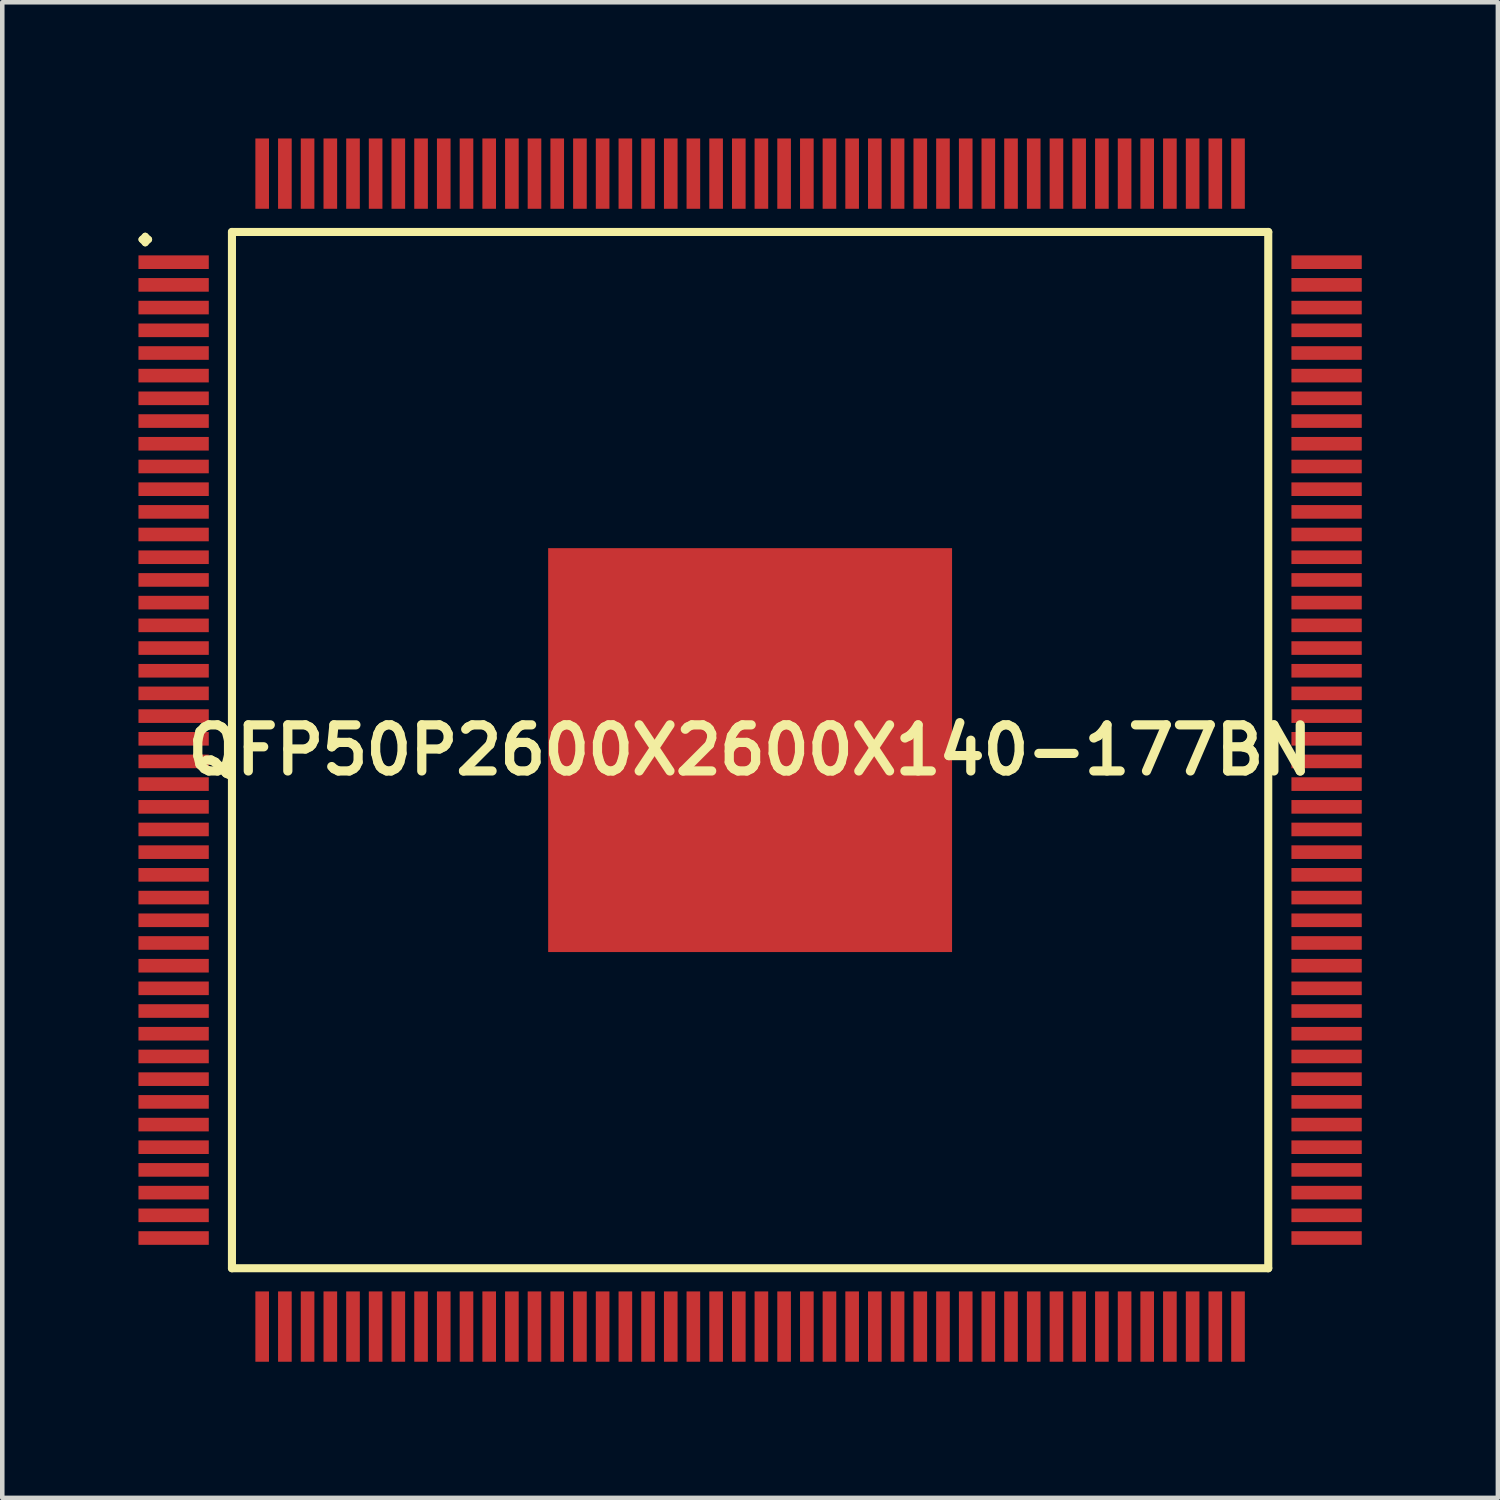
<source format=kicad_pcb>
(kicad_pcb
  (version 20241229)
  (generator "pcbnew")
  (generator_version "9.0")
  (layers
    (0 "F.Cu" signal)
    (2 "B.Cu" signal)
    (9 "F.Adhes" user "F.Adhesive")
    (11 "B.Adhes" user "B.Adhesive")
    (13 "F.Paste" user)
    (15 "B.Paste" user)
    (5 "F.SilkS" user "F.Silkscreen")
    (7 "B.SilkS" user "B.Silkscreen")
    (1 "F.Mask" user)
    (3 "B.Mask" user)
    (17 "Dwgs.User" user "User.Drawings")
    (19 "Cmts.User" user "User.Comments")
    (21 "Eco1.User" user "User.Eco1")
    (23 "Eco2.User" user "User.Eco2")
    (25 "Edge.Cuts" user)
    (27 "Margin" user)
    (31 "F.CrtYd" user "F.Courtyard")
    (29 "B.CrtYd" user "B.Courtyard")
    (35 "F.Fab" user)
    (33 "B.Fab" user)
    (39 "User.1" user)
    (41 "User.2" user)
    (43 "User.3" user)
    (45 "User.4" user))
  (footprint "QFP50P2600X2600X140-177BN"
    (layer "F.Cu")
    (at 13.475 13.475)
    (property "Reference" "QFP50P2600X2600X140-177BN" (at 0 0 0) (layer "F.SilkS") (effects (font (size 1.016 1.016) (thickness 0.203))))
    (attr smd)
    (fp_line (start -13.399 -11.25) (end -13.325 -11.323) (stroke (width 0.15) (type solid)) (layer "F.SilkS"))
    (fp_line (start -13.325 -11.323) (end -13.249 -11.25) (stroke (width 0.15) (type solid)) (layer "F.SilkS"))
    (fp_line (start -13.325 -11.173) (end -13.399 -11.25) (stroke (width 0.15) (type solid)) (layer "F.SilkS"))
    (fp_line (start -13.249 -11.25) (end -13.325 -11.173) (stroke (width 0.15) (type solid)) (layer "F.SilkS"))
    (fp_line (start -11.415 -11.415) (end -11.415 11.415) (stroke (width 0.178) (type solid)) (layer "F.SilkS"))
    (fp_line (start -11.415 11.415) (end 11.415 11.415) (stroke (width 0.178) (type solid)) (layer "F.SilkS"))
    (fp_line (start 11.415 -11.415) (end -11.415 -11.415) (stroke (width 0.178) (type solid)) (layer "F.SilkS"))
    (fp_line (start 11.415 11.415) (end 11.415 -11.415) (stroke (width 0.178) (type solid)) (layer "F.SilkS"))
    (pad "1" smd rect (at -12.7 -10.749) (size 1.549 0.3) (layers "F.Cu" "F.Mask" "F.Paste"))
    (pad "2" smd rect (at -12.7 -10.249) (size 1.549 0.3) (layers "F.Cu" "F.Mask" "F.Paste"))
    (pad "3" smd rect (at -12.7 -9.749) (size 1.549 0.3) (layers "F.Cu" "F.Mask" "F.Paste"))
    (pad "4" smd rect (at -12.7 -9.248) (size 1.549 0.3) (layers "F.Cu" "F.Mask" "F.Paste"))
    (pad "5" smd rect (at -12.7 -8.748) (size 1.549 0.3) (layers "F.Cu" "F.Mask" "F.Paste"))
    (pad "6" smd rect (at -12.7 -8.25) (size 1.549 0.3) (layers "F.Cu" "F.Mask" "F.Paste"))
    (pad "7" smd rect (at -12.7 -7.75) (size 1.549 0.3) (layers "F.Cu" "F.Mask" "F.Paste"))
    (pad "8" smd rect (at -12.7 -7.249) (size 1.549 0.3) (layers "F.Cu" "F.Mask" "F.Paste"))
    (pad "9" smd rect (at -12.7 -6.749) (size 1.549 0.3) (layers "F.Cu" "F.Mask" "F.Paste"))
    (pad "10" smd rect (at -12.7 -6.248) (size 1.549 0.3) (layers "F.Cu" "F.Mask" "F.Paste"))
    (pad "11" smd rect (at -12.7 -5.748) (size 1.549 0.3) (layers "F.Cu" "F.Mask" "F.Paste"))
    (pad "12" smd rect (at -12.7 -5.248) (size 1.549 0.3) (layers "F.Cu" "F.Mask" "F.Paste"))
    (pad "13" smd rect (at -12.7 -4.75) (size 1.549 0.3) (layers "F.Cu" "F.Mask" "F.Paste"))
    (pad "14" smd rect (at -12.7 -4.249) (size 1.549 0.3) (layers "F.Cu" "F.Mask" "F.Paste"))
    (pad "15" smd rect (at -12.7 -3.749) (size 1.549 0.3) (layers "F.Cu" "F.Mask" "F.Paste"))
    (pad "16" smd rect (at -12.7 -3.249) (size 1.549 0.3) (layers "F.Cu" "F.Mask" "F.Paste"))
    (pad "17" smd rect (at -12.7 -2.748) (size 1.549 0.3) (layers "F.Cu" "F.Mask" "F.Paste"))
    (pad "18" smd rect (at -12.7 -2.248) (size 1.549 0.3) (layers "F.Cu" "F.Mask" "F.Paste"))
    (pad "19" smd rect (at -12.7 -1.748) (size 1.549 0.3) (layers "F.Cu" "F.Mask" "F.Paste"))
    (pad "20" smd rect (at -12.7 -1.25) (size 1.549 0.3) (layers "F.Cu" "F.Mask" "F.Paste"))
    (pad "21" smd rect (at -12.7 -0.749) (size 1.549 0.3) (layers "F.Cu" "F.Mask" "F.Paste"))
    (pad "22" smd rect (at -12.7 -0.249) (size 1.549 0.3) (layers "F.Cu" "F.Mask" "F.Paste"))
    (pad "23" smd rect (at -12.7 0.249) (size 1.549 0.3) (layers "F.Cu" "F.Mask" "F.Paste"))
    (pad "24" smd rect (at -12.7 0.749) (size 1.549 0.3) (layers "F.Cu" "F.Mask" "F.Paste"))
    (pad "25" smd rect (at -12.7 1.25) (size 1.549 0.3) (layers "F.Cu" "F.Mask" "F.Paste"))
    (pad "26" smd rect (at -12.7 1.748) (size 1.549 0.3) (layers "F.Cu" "F.Mask" "F.Paste"))
    (pad "27" smd rect (at -12.7 2.248) (size 1.549 0.3) (layers "F.Cu" "F.Mask" "F.Paste"))
    (pad "28" smd rect (at -12.7 2.748) (size 1.549 0.3) (layers "F.Cu" "F.Mask" "F.Paste"))
    (pad "29" smd rect (at -12.7 3.249) (size 1.549 0.3) (layers "F.Cu" "F.Mask" "F.Paste"))
    (pad "30" smd rect (at -12.7 3.749) (size 1.549 0.3) (layers "F.Cu" "F.Mask" "F.Paste"))
    (pad "31" smd rect (at -12.7 4.249) (size 1.549 0.3) (layers "F.Cu" "F.Mask" "F.Paste"))
    (pad "32" smd rect (at -12.7 4.75) (size 1.549 0.3) (layers "F.Cu" "F.Mask" "F.Paste"))
    (pad "33" smd rect (at -12.7 5.248) (size 1.549 0.3) (layers "F.Cu" "F.Mask" "F.Paste"))
    (pad "34" smd rect (at -12.7 5.748) (size 1.549 0.3) (layers "F.Cu" "F.Mask" "F.Paste"))
    (pad "35" smd rect (at -12.7 6.248) (size 1.549 0.3) (layers "F.Cu" "F.Mask" "F.Paste"))
    (pad "36" smd rect (at -12.7 6.749) (size 1.549 0.3) (layers "F.Cu" "F.Mask" "F.Paste"))
    (pad "37" smd rect (at -12.7 7.249) (size 1.549 0.3) (layers "F.Cu" "F.Mask" "F.Paste"))
    (pad "38" smd rect (at -12.7 7.75) (size 1.549 0.3) (layers "F.Cu" "F.Mask" "F.Paste"))
    (pad "39" smd rect (at -12.7 8.25) (size 1.549 0.3) (layers "F.Cu" "F.Mask" "F.Paste"))
    (pad "40" smd rect (at -12.7 8.748) (size 1.549 0.3) (layers "F.Cu" "F.Mask" "F.Paste"))
    (pad "41" smd rect (at -12.7 9.248) (size 1.549 0.3) (layers "F.Cu" "F.Mask" "F.Paste"))
    (pad "42" smd rect (at -12.7 9.749) (size 1.549 0.3) (layers "F.Cu" "F.Mask" "F.Paste"))
    (pad "43" smd rect (at -12.7 10.249) (size 1.549 0.3) (layers "F.Cu" "F.Mask" "F.Paste"))
    (pad "44" smd rect (at -12.7 10.749) (size 1.549 0.3) (layers "F.Cu" "F.Mask" "F.Paste"))
    (pad "45" smd rect (at -10.749 12.7) (size 0.3 1.549) (layers "F.Cu" "F.Mask" "F.Paste"))
    (pad "46" smd rect (at -10.249 12.7) (size 0.3 1.549) (layers "F.Cu" "F.Mask" "F.Paste"))
    (pad "47" smd rect (at -9.749 12.7) (size 0.3 1.549) (layers "F.Cu" "F.Mask" "F.Paste"))
    (pad "48" smd rect (at -9.248 12.7) (size 0.3 1.549) (layers "F.Cu" "F.Mask" "F.Paste"))
    (pad "49" smd rect (at -8.748 12.7) (size 0.3 1.549) (layers "F.Cu" "F.Mask" "F.Paste"))
    (pad "50" smd rect (at -8.25 12.7) (size 0.3 1.549) (layers "F.Cu" "F.Mask" "F.Paste"))
    (pad "51" smd rect (at -7.75 12.7) (size 0.3 1.549) (layers "F.Cu" "F.Mask" "F.Paste"))
    (pad "52" smd rect (at -7.249 12.7) (size 0.3 1.549) (layers "F.Cu" "F.Mask" "F.Paste"))
    (pad "53" smd rect (at -6.749 12.7) (size 0.3 1.549) (layers "F.Cu" "F.Mask" "F.Paste"))
    (pad "54" smd rect (at -6.248 12.7) (size 0.3 1.549) (layers "F.Cu" "F.Mask" "F.Paste"))
    (pad "55" smd rect (at -5.748 12.7) (size 0.3 1.549) (layers "F.Cu" "F.Mask" "F.Paste"))
    (pad "56" smd rect (at -5.248 12.7) (size 0.3 1.549) (layers "F.Cu" "F.Mask" "F.Paste"))
    (pad "57" smd rect (at -4.75 12.7) (size 0.3 1.549) (layers "F.Cu" "F.Mask" "F.Paste"))
    (pad "58" smd rect (at -4.249 12.7) (size 0.3 1.549) (layers "F.Cu" "F.Mask" "F.Paste"))
    (pad "59" smd rect (at -3.749 12.7) (size 0.3 1.549) (layers "F.Cu" "F.Mask" "F.Paste"))
    (pad "60" smd rect (at -3.249 12.7) (size 0.3 1.549) (layers "F.Cu" "F.Mask" "F.Paste"))
    (pad "61" smd rect (at -2.748 12.7) (size 0.3 1.549) (layers "F.Cu" "F.Mask" "F.Paste"))
    (pad "62" smd rect (at -2.248 12.7) (size 0.3 1.549) (layers "F.Cu" "F.Mask" "F.Paste"))
    (pad "63" smd rect (at -1.748 12.7) (size 0.3 1.549) (layers "F.Cu" "F.Mask" "F.Paste"))
    (pad "64" smd rect (at -1.25 12.7) (size 0.3 1.549) (layers "F.Cu" "F.Mask" "F.Paste"))
    (pad "65" smd rect (at -0.749 12.7) (size 0.3 1.549) (layers "F.Cu" "F.Mask" "F.Paste"))
    (pad "66" smd rect (at -0.249 12.7) (size 0.3 1.549) (layers "F.Cu" "F.Mask" "F.Paste"))
    (pad "67" smd rect (at 0.249 12.7) (size 0.3 1.549) (layers "F.Cu" "F.Mask" "F.Paste"))
    (pad "68" smd rect (at 0.749 12.7) (size 0.3 1.549) (layers "F.Cu" "F.Mask" "F.Paste"))
    (pad "69" smd rect (at 1.25 12.7) (size 0.3 1.549) (layers "F.Cu" "F.Mask" "F.Paste"))
    (pad "70" smd rect (at 1.748 12.7) (size 0.3 1.549) (layers "F.Cu" "F.Mask" "F.Paste"))
    (pad "71" smd rect (at 2.248 12.7) (size 0.3 1.549) (layers "F.Cu" "F.Mask" "F.Paste"))
    (pad "72" smd rect (at 2.748 12.7) (size 0.3 1.549) (layers "F.Cu" "F.Mask" "F.Paste"))
    (pad "73" smd rect (at 3.249 12.7) (size 0.3 1.549) (layers "F.Cu" "F.Mask" "F.Paste"))
    (pad "74" smd rect (at 3.749 12.7) (size 0.3 1.549) (layers "F.Cu" "F.Mask" "F.Paste"))
    (pad "75" smd rect (at 4.249 12.7) (size 0.3 1.549) (layers "F.Cu" "F.Mask" "F.Paste"))
    (pad "76" smd rect (at 4.75 12.7) (size 0.3 1.549) (layers "F.Cu" "F.Mask" "F.Paste"))
    (pad "77" smd rect (at 5.248 12.7) (size 0.3 1.549) (layers "F.Cu" "F.Mask" "F.Paste"))
    (pad "78" smd rect (at 5.748 12.7) (size 0.3 1.549) (layers "F.Cu" "F.Mask" "F.Paste"))
    (pad "79" smd rect (at 6.248 12.7) (size 0.3 1.549) (layers "F.Cu" "F.Mask" "F.Paste"))
    (pad "80" smd rect (at 6.749 12.7) (size 0.3 1.549) (layers "F.Cu" "F.Mask" "F.Paste"))
    (pad "81" smd rect (at 7.249 12.7) (size 0.3 1.549) (layers "F.Cu" "F.Mask" "F.Paste"))
    (pad "82" smd rect (at 7.75 12.7) (size 0.3 1.549) (layers "F.Cu" "F.Mask" "F.Paste"))
    (pad "83" smd rect (at 8.25 12.7) (size 0.3 1.549) (layers "F.Cu" "F.Mask" "F.Paste"))
    (pad "84" smd rect (at 8.748 12.7) (size 0.3 1.549) (layers "F.Cu" "F.Mask" "F.Paste"))
    (pad "85" smd rect (at 9.248 12.7) (size 0.3 1.549) (layers "F.Cu" "F.Mask" "F.Paste"))
    (pad "86" smd rect (at 9.749 12.7) (size 0.3 1.549) (layers "F.Cu" "F.Mask" "F.Paste"))
    (pad "87" smd rect (at 10.249 12.7) (size 0.3 1.549) (layers "F.Cu" "F.Mask" "F.Paste"))
    (pad "88" smd rect (at 10.749 12.7) (size 0.3 1.549) (layers "F.Cu" "F.Mask" "F.Paste"))
    (pad "89" smd rect (at 12.7 10.749) (size 1.549 0.3) (layers "F.Cu" "F.Mask" "F.Paste"))
    (pad "90" smd rect (at 12.7 10.249) (size 1.549 0.3) (layers "F.Cu" "F.Mask" "F.Paste"))
    (pad "91" smd rect (at 12.7 9.749) (size 1.549 0.3) (layers "F.Cu" "F.Mask" "F.Paste"))
    (pad "92" smd rect (at 12.7 9.248) (size 1.549 0.3) (layers "F.Cu" "F.Mask" "F.Paste"))
    (pad "93" smd rect (at 12.7 8.748) (size 1.549 0.3) (layers "F.Cu" "F.Mask" "F.Paste"))
    (pad "94" smd rect (at 12.7 8.25) (size 1.549 0.3) (layers "F.Cu" "F.Mask" "F.Paste"))
    (pad "95" smd rect (at 12.7 7.75) (size 1.549 0.3) (layers "F.Cu" "F.Mask" "F.Paste"))
    (pad "96" smd rect (at 12.7 7.249) (size 1.549 0.3) (layers "F.Cu" "F.Mask" "F.Paste"))
    (pad "97" smd rect (at 12.7 6.749) (size 1.549 0.3) (layers "F.Cu" "F.Mask" "F.Paste"))
    (pad "98" smd rect (at 12.7 6.248) (size 1.549 0.3) (layers "F.Cu" "F.Mask" "F.Paste"))
    (pad "99" smd rect (at 12.7 5.748) (size 1.549 0.3) (layers "F.Cu" "F.Mask" "F.Paste"))
    (pad "100" smd rect (at 12.7 5.248) (size 1.549 0.3) (layers "F.Cu" "F.Mask" "F.Paste"))
    (pad "101" smd rect (at 12.7 4.75) (size 1.549 0.3) (layers "F.Cu" "F.Mask" "F.Paste"))
    (pad "102" smd rect (at 12.7 4.249) (size 1.549 0.3) (layers "F.Cu" "F.Mask" "F.Paste"))
    (pad "103" smd rect (at 12.7 3.749) (size 1.549 0.3) (layers "F.Cu" "F.Mask" "F.Paste"))
    (pad "104" smd rect (at 12.7 3.249) (size 1.549 0.3) (layers "F.Cu" "F.Mask" "F.Paste"))
    (pad "105" smd rect (at 12.7 2.748) (size 1.549 0.3) (layers "F.Cu" "F.Mask" "F.Paste"))
    (pad "106" smd rect (at 12.7 2.248) (size 1.549 0.3) (layers "F.Cu" "F.Mask" "F.Paste"))
    (pad "107" smd rect (at 12.7 1.748) (size 1.549 0.3) (layers "F.Cu" "F.Mask" "F.Paste"))
    (pad "108" smd rect (at 12.7 1.25) (size 1.549 0.3) (layers "F.Cu" "F.Mask" "F.Paste"))
    (pad "109" smd rect (at 12.7 0.749) (size 1.549 0.3) (layers "F.Cu" "F.Mask" "F.Paste"))
    (pad "110" smd rect (at 12.7 0.249) (size 1.549 0.3) (layers "F.Cu" "F.Mask" "F.Paste"))
    (pad "111" smd rect (at 12.7 -0.249) (size 1.549 0.3) (layers "F.Cu" "F.Mask" "F.Paste"))
    (pad "112" smd rect (at 12.7 -0.749) (size 1.549 0.3) (layers "F.Cu" "F.Mask" "F.Paste"))
    (pad "113" smd rect (at 12.7 -1.25) (size 1.549 0.3) (layers "F.Cu" "F.Mask" "F.Paste"))
    (pad "114" smd rect (at 12.7 -1.748) (size 1.549 0.3) (layers "F.Cu" "F.Mask" "F.Paste"))
    (pad "115" smd rect (at 12.7 -2.248) (size 1.549 0.3) (layers "F.Cu" "F.Mask" "F.Paste"))
    (pad "116" smd rect (at 12.7 -2.748) (size 1.549 0.3) (layers "F.Cu" "F.Mask" "F.Paste"))
    (pad "117" smd rect (at 12.7 -3.249) (size 1.549 0.3) (layers "F.Cu" "F.Mask" "F.Paste"))
    (pad "118" smd rect (at 12.7 -3.749) (size 1.549 0.3) (layers "F.Cu" "F.Mask" "F.Paste"))
    (pad "119" smd rect (at 12.7 -4.249) (size 1.549 0.3) (layers "F.Cu" "F.Mask" "F.Paste"))
    (pad "120" smd rect (at 12.7 -4.75) (size 1.549 0.3) (layers "F.Cu" "F.Mask" "F.Paste"))
    (pad "121" smd rect (at 12.7 -5.248) (size 1.549 0.3) (layers "F.Cu" "F.Mask" "F.Paste"))
    (pad "122" smd rect (at 12.7 -5.748) (size 1.549 0.3) (layers "F.Cu" "F.Mask" "F.Paste"))
    (pad "123" smd rect (at 12.7 -6.248) (size 1.549 0.3) (layers "F.Cu" "F.Mask" "F.Paste"))
    (pad "124" smd rect (at 12.7 -6.749) (size 1.549 0.3) (layers "F.Cu" "F.Mask" "F.Paste"))
    (pad "125" smd rect (at 12.7 -7.249) (size 1.549 0.3) (layers "F.Cu" "F.Mask" "F.Paste"))
    (pad "126" smd rect (at 12.7 -7.75) (size 1.549 0.3) (layers "F.Cu" "F.Mask" "F.Paste"))
    (pad "127" smd rect (at 12.7 -8.25) (size 1.549 0.3) (layers "F.Cu" "F.Mask" "F.Paste"))
    (pad "128" smd rect (at 12.7 -8.748) (size 1.549 0.3) (layers "F.Cu" "F.Mask" "F.Paste"))
    (pad "129" smd rect (at 12.7 -9.248) (size 1.549 0.3) (layers "F.Cu" "F.Mask" "F.Paste"))
    (pad "130" smd rect (at 12.7 -9.749) (size 1.549 0.3) (layers "F.Cu" "F.Mask" "F.Paste"))
    (pad "131" smd rect (at 12.7 -10.249) (size 1.549 0.3) (layers "F.Cu" "F.Mask" "F.Paste"))
    (pad "132" smd rect (at 12.7 -10.749) (size 1.549 0.3) (layers "F.Cu" "F.Mask" "F.Paste"))
    (pad "133" smd rect (at 10.749 -12.7) (size 0.3 1.549) (layers "F.Cu" "F.Mask" "F.Paste"))
    (pad "134" smd rect (at 10.249 -12.7) (size 0.3 1.549) (layers "F.Cu" "F.Mask" "F.Paste"))
    (pad "135" smd rect (at 9.749 -12.7) (size 0.3 1.549) (layers "F.Cu" "F.Mask" "F.Paste"))
    (pad "136" smd rect (at 9.248 -12.7) (size 0.3 1.549) (layers "F.Cu" "F.Mask" "F.Paste"))
    (pad "137" smd rect (at 8.748 -12.7) (size 0.3 1.549) (layers "F.Cu" "F.Mask" "F.Paste"))
    (pad "138" smd rect (at 8.25 -12.7) (size 0.3 1.549) (layers "F.Cu" "F.Mask" "F.Paste"))
    (pad "139" smd rect (at 7.75 -12.7) (size 0.3 1.549) (layers "F.Cu" "F.Mask" "F.Paste"))
    (pad "140" smd rect (at 7.249 -12.7) (size 0.3 1.549) (layers "F.Cu" "F.Mask" "F.Paste"))
    (pad "141" smd rect (at 6.749 -12.7) (size 0.3 1.549) (layers "F.Cu" "F.Mask" "F.Paste"))
    (pad "142" smd rect (at 6.248 -12.7) (size 0.3 1.549) (layers "F.Cu" "F.Mask" "F.Paste"))
    (pad "143" smd rect (at 5.748 -12.7) (size 0.3 1.549) (layers "F.Cu" "F.Mask" "F.Paste"))
    (pad "144" smd rect (at 5.248 -12.7) (size 0.3 1.549) (layers "F.Cu" "F.Mask" "F.Paste"))
    (pad "145" smd rect (at 4.75 -12.7) (size 0.3 1.549) (layers "F.Cu" "F.Mask" "F.Paste"))
    (pad "146" smd rect (at 4.249 -12.7) (size 0.3 1.549) (layers "F.Cu" "F.Mask" "F.Paste"))
    (pad "147" smd rect (at 3.749 -12.7) (size 0.3 1.549) (layers "F.Cu" "F.Mask" "F.Paste"))
    (pad "148" smd rect (at 3.249 -12.7) (size 0.3 1.549) (layers "F.Cu" "F.Mask" "F.Paste"))
    (pad "149" smd rect (at 2.748 -12.7) (size 0.3 1.549) (layers "F.Cu" "F.Mask" "F.Paste"))
    (pad "150" smd rect (at 2.248 -12.7) (size 0.3 1.549) (layers "F.Cu" "F.Mask" "F.Paste"))
    (pad "151" smd rect (at 1.748 -12.7) (size 0.3 1.549) (layers "F.Cu" "F.Mask" "F.Paste"))
    (pad "152" smd rect (at 1.25 -12.7) (size 0.3 1.549) (layers "F.Cu" "F.Mask" "F.Paste"))
    (pad "153" smd rect (at 0.749 -12.7) (size 0.3 1.549) (layers "F.Cu" "F.Mask" "F.Paste"))
    (pad "154" smd rect (at 0.249 -12.7) (size 0.3 1.549) (layers "F.Cu" "F.Mask" "F.Paste"))
    (pad "155" smd rect (at -0.249 -12.7) (size 0.3 1.549) (layers "F.Cu" "F.Mask" "F.Paste"))
    (pad "156" smd rect (at -0.749 -12.7) (size 0.3 1.549) (layers "F.Cu" "F.Mask" "F.Paste"))
    (pad "157" smd rect (at -1.25 -12.7) (size 0.3 1.549) (layers "F.Cu" "F.Mask" "F.Paste"))
    (pad "158" smd rect (at -1.748 -12.7) (size 0.3 1.549) (layers "F.Cu" "F.Mask" "F.Paste"))
    (pad "159" smd rect (at -2.248 -12.7) (size 0.3 1.549) (layers "F.Cu" "F.Mask" "F.Paste"))
    (pad "160" smd rect (at -2.748 -12.7) (size 0.3 1.549) (layers "F.Cu" "F.Mask" "F.Paste"))
    (pad "161" smd rect (at -3.249 -12.7) (size 0.3 1.549) (layers "F.Cu" "F.Mask" "F.Paste"))
    (pad "162" smd rect (at -3.749 -12.7) (size 0.3 1.549) (layers "F.Cu" "F.Mask" "F.Paste"))
    (pad "163" smd rect (at -4.249 -12.7) (size 0.3 1.549) (layers "F.Cu" "F.Mask" "F.Paste"))
    (pad "164" smd rect (at -4.75 -12.7) (size 0.3 1.549) (layers "F.Cu" "F.Mask" "F.Paste"))
    (pad "165" smd rect (at -5.248 -12.7) (size 0.3 1.549) (layers "F.Cu" "F.Mask" "F.Paste"))
    (pad "166" smd rect (at -5.748 -12.7) (size 0.3 1.549) (layers "F.Cu" "F.Mask" "F.Paste"))
    (pad "167" smd rect (at -6.248 -12.7) (size 0.3 1.549) (layers "F.Cu" "F.Mask" "F.Paste"))
    (pad "168" smd rect (at -6.749 -12.7) (size 0.3 1.549) (layers "F.Cu" "F.Mask" "F.Paste"))
    (pad "169" smd rect (at -7.249 -12.7) (size 0.3 1.549) (layers "F.Cu" "F.Mask" "F.Paste"))
    (pad "170" smd rect (at -7.75 -12.7) (size 0.3 1.549) (layers "F.Cu" "F.Mask" "F.Paste"))
    (pad "171" smd rect (at -8.25 -12.7) (size 0.3 1.549) (layers "F.Cu" "F.Mask" "F.Paste"))
    (pad "172" smd rect (at -8.748 -12.7) (size 0.3 1.549) (layers "F.Cu" "F.Mask" "F.Paste"))
    (pad "173" smd rect (at -9.248 -12.7) (size 0.3 1.549) (layers "F.Cu" "F.Mask" "F.Paste"))
    (pad "174" smd rect (at -9.749 -12.7) (size 0.3 1.549) (layers "F.Cu" "F.Mask" "F.Paste"))
    (pad "175" smd rect (at -10.249 -12.7) (size 0.3 1.549) (layers "F.Cu" "F.Mask" "F.Paste"))
    (pad "176" smd rect (at -10.749 -12.7) (size 0.3 1.549) (layers "F.Cu" "F.Mask" "F.Paste"))
    (pad "177" smd rect (at 0 0) (size 8.898 8.898) (layers "F.Cu" "F.Mask" "F.Paste")))
  (gr_rect
    (start -3 -3)
    (end 29.949 29.949)
    (stroke (width 0.1) (type default))
    (fill no)
    (layer "Edge.Cuts")))
</source>
